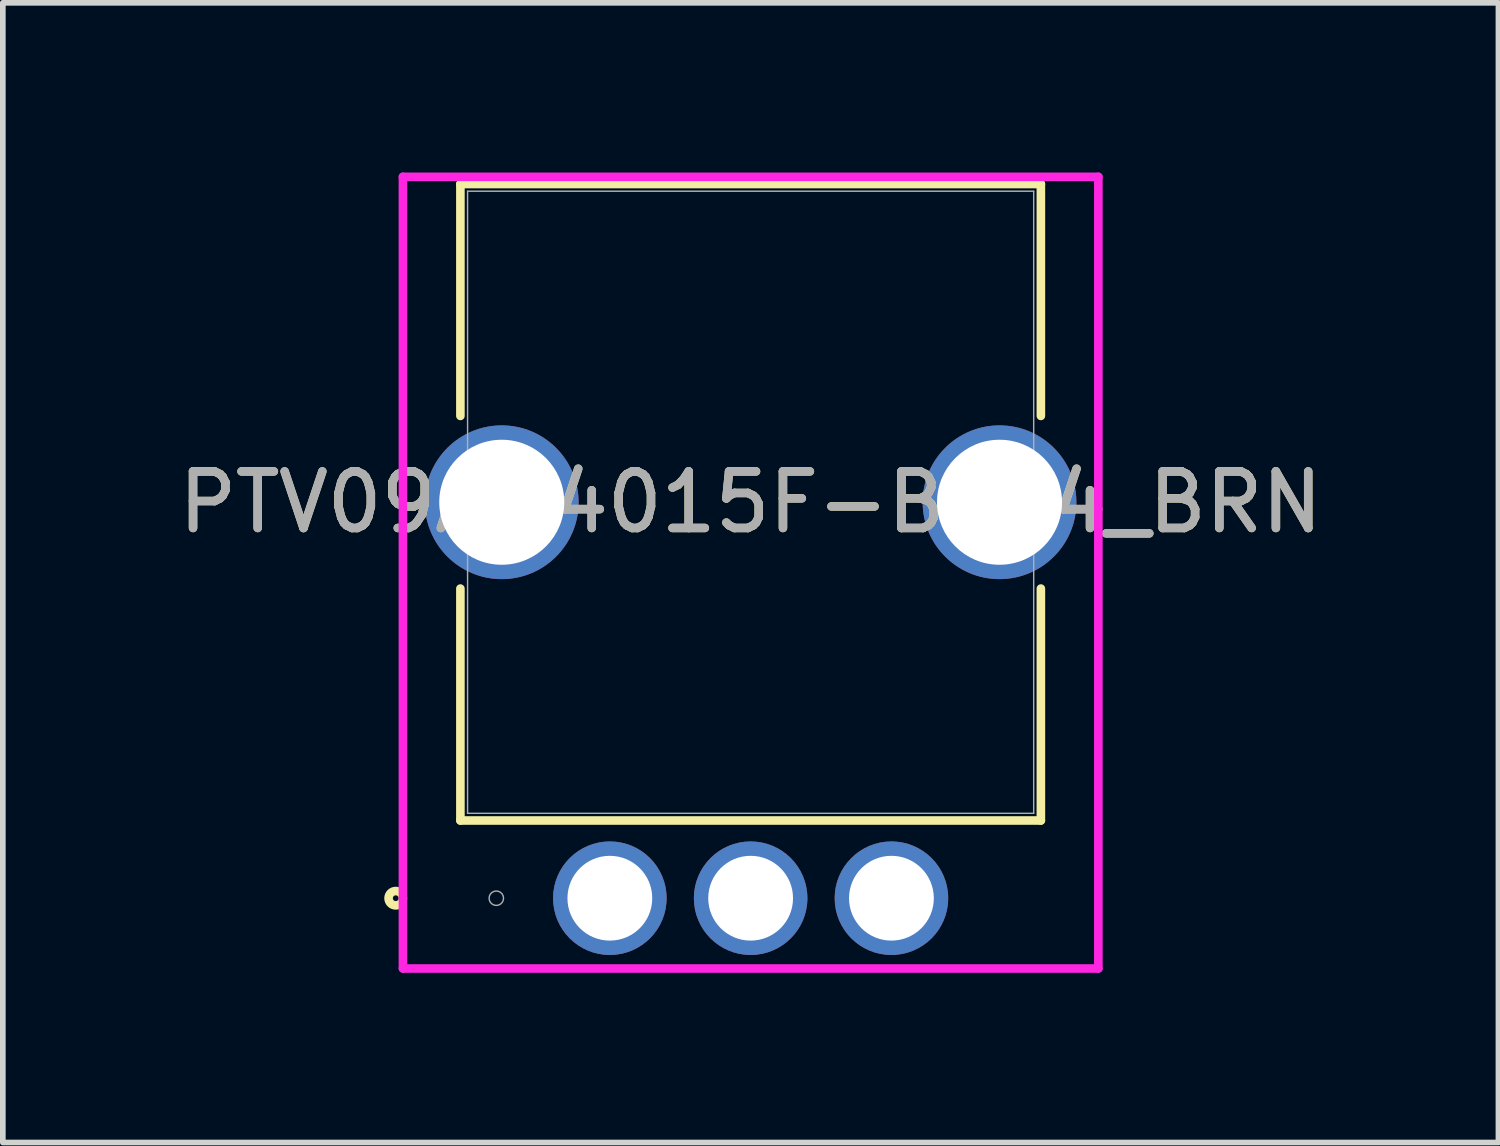
<source format=kicad_pcb>
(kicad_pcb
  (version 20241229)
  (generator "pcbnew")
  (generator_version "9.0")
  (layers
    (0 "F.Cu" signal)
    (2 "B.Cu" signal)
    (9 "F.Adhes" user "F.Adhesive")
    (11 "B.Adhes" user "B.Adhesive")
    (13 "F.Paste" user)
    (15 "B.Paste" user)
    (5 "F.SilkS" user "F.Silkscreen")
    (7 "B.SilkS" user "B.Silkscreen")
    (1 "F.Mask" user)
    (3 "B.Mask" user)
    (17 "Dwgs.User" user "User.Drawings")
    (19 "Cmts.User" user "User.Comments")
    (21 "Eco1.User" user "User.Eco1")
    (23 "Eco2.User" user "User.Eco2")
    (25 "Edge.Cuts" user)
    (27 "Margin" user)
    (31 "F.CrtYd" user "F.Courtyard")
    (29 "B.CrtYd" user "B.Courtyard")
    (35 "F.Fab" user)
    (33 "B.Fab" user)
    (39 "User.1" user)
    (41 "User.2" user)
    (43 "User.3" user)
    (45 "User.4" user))
  (footprint "PTV09A-4015F-B104_BRN"
    (layer "F.Cu")
    (at 7.731 12.829)
    (property "Reference" "PTV09A-4015F-B104_BRN" (at 2.489 -7 0) (unlocked yes) (layer "F.SilkS") (effects (font (size 1 1) (thickness 0.15))))
    (attr through_hole)
    (fp_line (start -2.642 -12.626) (end 7.62 -12.626) (stroke (width 0.152) (type solid)) (layer "F.SilkS"))
    (fp_line (start -2.642 -8.526) (end -2.642 -12.626) (stroke (width 0.152) (type solid)) (layer "F.SilkS"))
    (fp_line (start -2.642 -1.374) (end -2.642 -5.474) (stroke (width 0.152) (type solid)) (layer "F.SilkS"))
    (fp_line (start 7.62 -12.626) (end 7.62 -8.526) (stroke (width 0.152) (type solid)) (layer "F.SilkS"))
    (fp_line (start 7.62 -5.474) (end 7.62 -1.374) (stroke (width 0.152) (type solid)) (layer "F.SilkS"))
    (fp_line (start 7.62 -1.374) (end -2.642 -1.374) (stroke (width 0.152) (type solid)) (layer "F.SilkS"))
    (fp_circle (center -3.785 0) (end -3.658 0) (stroke (width 0.152) (type solid)) (fill no) (layer "F.SilkS"))
    (fp_line (start -3.658 -12.753) (end 8.636 -12.753) (stroke (width 0.152) (type solid)) (layer "F.CrtYd"))
    (fp_line (start -3.658 1.242) (end -3.658 -12.753) (stroke (width 0.152) (type solid)) (layer "F.CrtYd"))
    (fp_line (start 8.636 -12.753) (end 8.636 1.242) (stroke (width 0.152) (type solid)) (layer "F.CrtYd"))
    (fp_line (start 8.636 1.242) (end -3.658 1.242) (stroke (width 0.152) (type solid)) (layer "F.CrtYd"))
    (fp_line (start -2.515 -12.499) (end 7.493 -12.499) (stroke (width 0.025) (type solid)) (layer "F.Fab"))
    (fp_line (start -2.515 -1.501) (end -2.515 -12.499) (stroke (width 0.025) (type solid)) (layer "F.Fab"))
    (fp_line (start 7.493 -12.499) (end 7.493 -1.501) (stroke (width 0.025) (type solid)) (layer "F.Fab"))
    (fp_line (start 7.493 -1.501) (end -2.515 -1.501) (stroke (width 0.025) (type solid)) (layer "F.Fab"))
    (fp_circle (center -2.007 0) (end -1.88 0) (stroke (width 0.025) (type solid)) (fill no) (layer "F.Fab"))
    (fp_text user "${REFERENCE}" (at 2.489 -7 0) (unlocked yes) (layer "F.Fab") (effects (font (size 1 1) (thickness 0.15))))
    (pad "1" thru_hole circle (at 0 0) (size 2.007 2.007) (drill 1.499) (layers "*.Cu" "*.Mask"))
    (pad "2" thru_hole circle (at 2.489 0) (size 2.007 2.007) (drill 1.499) (layers "*.Cu" "*.Mask"))
    (pad "3" thru_hole circle (at 4.978 0) (size 2.007 2.007) (drill 1.499) (layers "*.Cu" "*.Mask"))
    (pad "4" thru_hole circle (at -1.911 -7) (size 2.718 2.718) (drill 2.21) (layers "*.Cu" "*.Mask"))
    (pad "5" thru_hole circle (at 6.889 -7) (size 2.718 2.718) (drill 2.21) (layers "*.Cu" "*.Mask")))
  (gr_rect
    (start -3 -3)
    (end 23.44 17.148)
    (stroke (width 0.1) (type default))
    (fill no)
    (layer "Edge.Cuts")))
</source>
